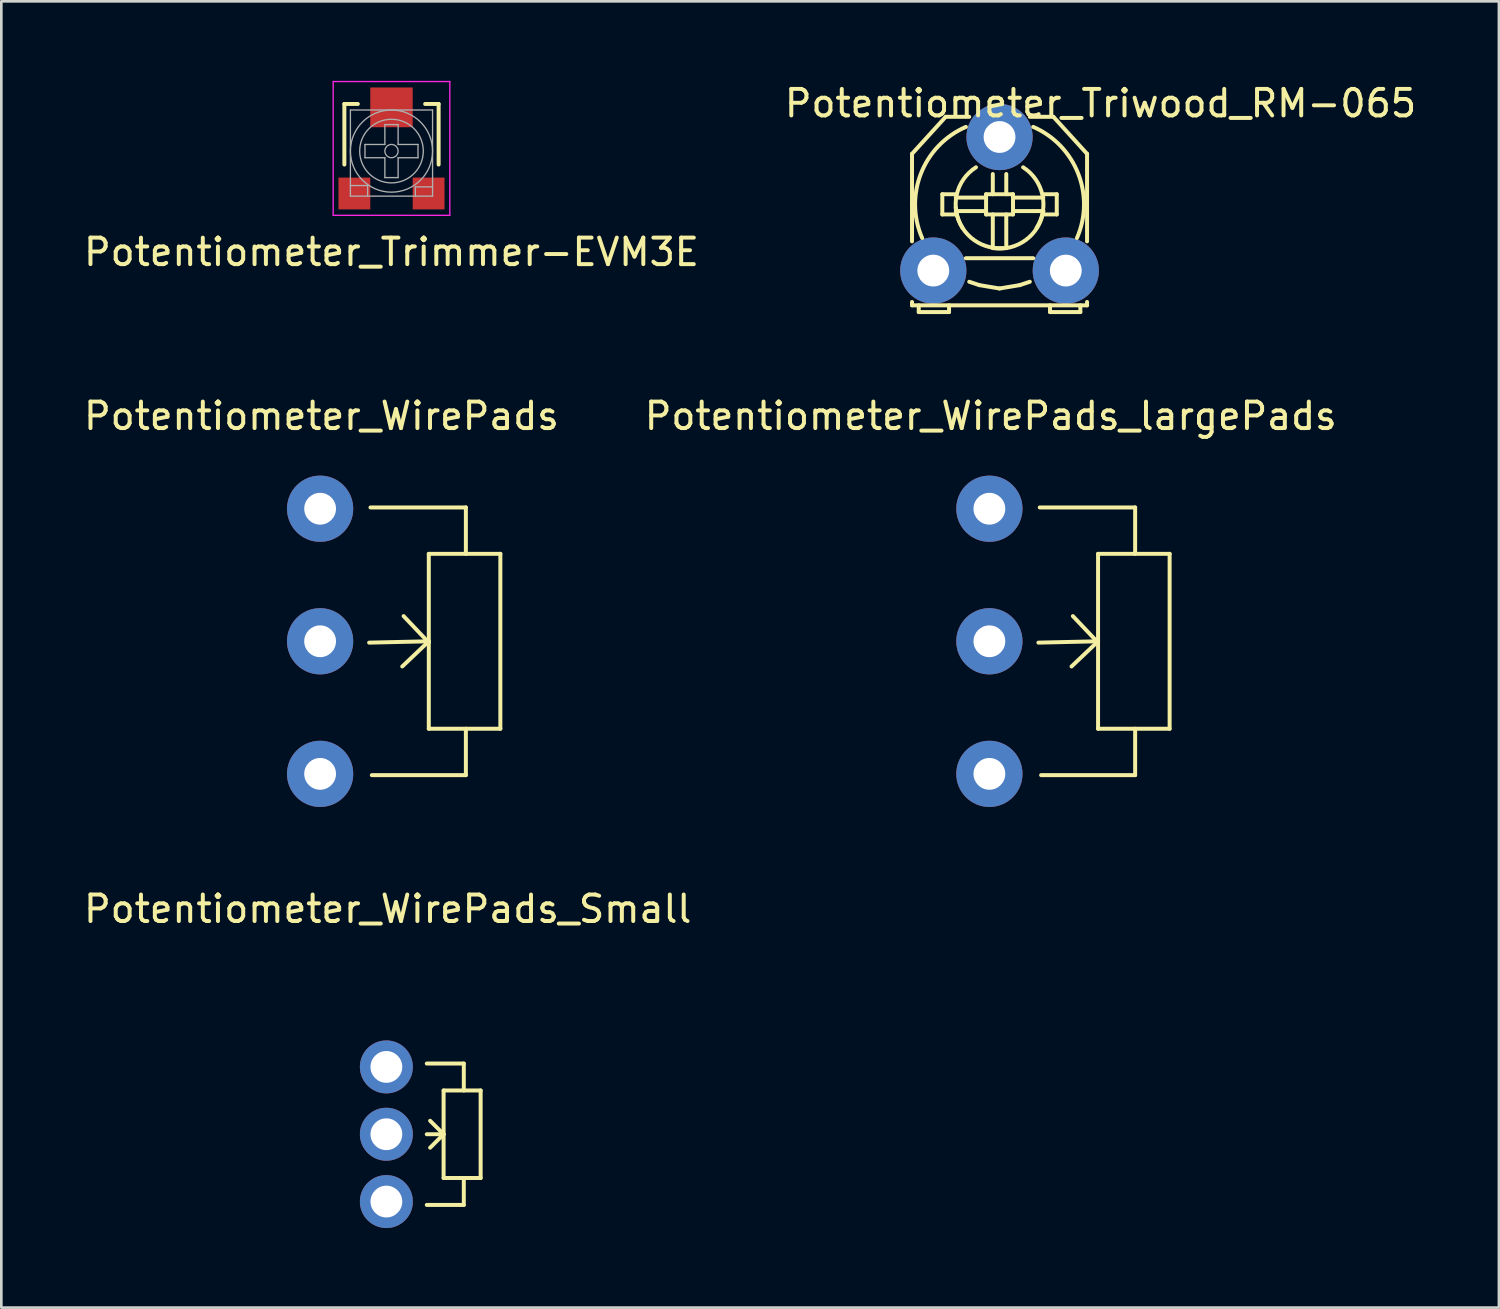
<source format=kicad_pcb>
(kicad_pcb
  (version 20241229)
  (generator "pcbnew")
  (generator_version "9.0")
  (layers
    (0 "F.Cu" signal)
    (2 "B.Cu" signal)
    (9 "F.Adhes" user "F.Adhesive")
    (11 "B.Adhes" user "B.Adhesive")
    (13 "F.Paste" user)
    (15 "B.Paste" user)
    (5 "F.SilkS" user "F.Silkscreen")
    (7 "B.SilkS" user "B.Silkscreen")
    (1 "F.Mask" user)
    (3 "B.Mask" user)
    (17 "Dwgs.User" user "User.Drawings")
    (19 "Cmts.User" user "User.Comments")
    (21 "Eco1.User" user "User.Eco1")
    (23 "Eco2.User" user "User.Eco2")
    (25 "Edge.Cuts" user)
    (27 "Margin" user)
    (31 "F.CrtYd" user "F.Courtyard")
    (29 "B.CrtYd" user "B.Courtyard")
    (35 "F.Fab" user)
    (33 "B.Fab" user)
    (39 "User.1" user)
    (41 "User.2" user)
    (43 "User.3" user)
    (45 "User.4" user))
  (footprint "Potentiometer_WirePads_Small"
    (layer "F.Cu")
    (at 11.527 37.202)
    (property "Reference" "Potentiometer_WirePads_Small" (at 0.051 -5.959 0) (layer "F.SilkS") (effects (font (size 1 1) (thickness 0.15))))
    (attr through_hole)
    (fp_line (start 2.159 0.889) (end 3.556 0.889) (stroke (width 0.15) (type solid)) (layer "F.SilkS"))
    (fp_line (start 2.159 2.54) (end 1.524 2.54) (stroke (width 0.15) (type solid)) (layer "F.SilkS"))
    (fp_line (start 2.159 2.54) (end 1.651 2.032) (stroke (width 0.15) (type solid)) (layer "F.SilkS"))
    (fp_line (start 2.159 2.54) (end 1.651 3.048) (stroke (width 0.15) (type solid)) (layer "F.SilkS"))
    (fp_line (start 2.159 4.191) (end 2.159 0.889) (stroke (width 0.15) (type solid)) (layer "F.SilkS"))
    (fp_line (start 2.921 -0.127) (end 1.524 -0.127) (stroke (width 0.15) (type solid)) (layer "F.SilkS"))
    (fp_line (start 2.921 0.889) (end 2.921 -0.127) (stroke (width 0.15) (type solid)) (layer "F.SilkS"))
    (fp_line (start 2.921 4.191) (end 2.921 5.207) (stroke (width 0.15) (type solid)) (layer "F.SilkS"))
    (fp_line (start 2.921 5.207) (end 1.524 5.207) (stroke (width 0.15) (type solid)) (layer "F.SilkS"))
    (fp_line (start 3.556 0.889) (end 3.556 4.191) (stroke (width 0.15) (type solid)) (layer "F.SilkS"))
    (fp_line (start 3.556 4.191) (end 2.159 4.191) (stroke (width 0.15) (type solid)) (layer "F.SilkS"))
    (pad "1" thru_hole circle (at 0 0) (size 1.999 1.999) (drill 1.199) (layers "*.Cu" "*.Mask"))
    (pad "2" thru_hole circle (at 0 2.54) (size 1.999 1.999) (drill 1.199) (layers "*.Cu" "*.Mask"))
    (pad "3" thru_hole circle (at 0 5.08) (size 1.999 1.999) (drill 1.199) (layers "*.Cu" "*.Mask")))
  (footprint "Potentiometer_WirePads_largePads"
    (layer "F.Cu")
    (at 34.277 16.143)
    (property "Reference" "Potentiometer_WirePads_largePads" (at 0.051 -3.498 0) (layer "F.SilkS") (effects (font (size 1 1) (thickness 0.15))))
    (attr through_hole)
    (fp_line (start 4.1 1.702) (end 6.8 1.702) (stroke (width 0.15) (type solid)) (layer "F.SilkS"))
    (fp_line (start 4.1 5.001) (end 1.849 5.052) (stroke (width 0.15) (type solid)) (layer "F.SilkS"))
    (fp_line (start 4.1 5.001) (end 3.099 5.951) (stroke (width 0.15) (type solid)) (layer "F.SilkS"))
    (fp_line (start 4.1 5.052) (end 3.15 4.051) (stroke (width 0.15) (type solid)) (layer "F.SilkS"))
    (fp_line (start 4.1 8.301) (end 4.1 1.702) (stroke (width 0.15) (type solid)) (layer "F.SilkS"))
    (fp_line (start 5.499 -0.048) (end 1.9 -0.048) (stroke (width 0.15) (type solid)) (layer "F.SilkS"))
    (fp_line (start 5.499 1.702) (end 5.499 -0.048) (stroke (width 0.15) (type solid)) (layer "F.SilkS"))
    (fp_line (start 5.499 8.301) (end 5.499 10.051) (stroke (width 0.15) (type solid)) (layer "F.SilkS"))
    (fp_line (start 5.499 10.051) (end 1.951 10.051) (stroke (width 0.15) (type solid)) (layer "F.SilkS"))
    (fp_line (start 6.8 1.702) (end 6.8 8.301) (stroke (width 0.15) (type solid)) (layer "F.SilkS"))
    (fp_line (start 6.8 8.301) (end 4.1 8.301) (stroke (width 0.15) (type solid)) (layer "F.SilkS"))
    (pad "1" thru_hole circle (at 0 0) (size 2.499 2.499) (drill 1.199) (layers "*.Cu" "*.Mask"))
    (pad "2" thru_hole circle (at 0 5.001) (size 2.499 2.499) (drill 1.199) (layers "*.Cu" "*.Mask"))
    (pad "3" thru_hole circle (at 0 10.003) (size 2.499 2.499) (drill 1.199) (layers "*.Cu" "*.Mask")))
  (footprint "Potentiometer_Triwood_RM-065"
    (layer "F.Cu")
    (at 32.161 7.158)
    (property "Reference" "Potentiometer_Triwood_RM-065" (at 6.309 -6.309 0) (layer "F.SilkS") (effects (font (size 1 1) (thickness 0.15))))
    (attr through_hole)
    (fp_line (start -0.803 -4.404) (end -0.803 -2.499) (stroke (width 0.15) (type solid)) (layer "F.SilkS"))
    (fp_line (start -0.803 -2.499) (end -0.803 -1.102) (stroke (width 0.15) (type solid)) (layer "F.SilkS"))
    (fp_line (start -0.803 1.311) (end -0.803 1.184) (stroke (width 0.15) (type solid)) (layer "F.SilkS"))
    (fp_line (start -0.803 1.311) (end 5.801 1.311) (stroke (width 0.15) (type solid)) (layer "F.SilkS"))
    (fp_line (start -0.549 1.311) (end -0.549 1.565) (stroke (width 0.15) (type solid)) (layer "F.SilkS"))
    (fp_line (start -0.549 1.565) (end 0.594 1.565) (stroke (width 0.15) (type solid)) (layer "F.SilkS"))
    (fp_line (start 0.34 -2.88) (end 0.34 -2.118) (stroke (width 0.15) (type solid)) (layer "F.SilkS"))
    (fp_line (start 0.34 -2.118) (end 0.848 -2.118) (stroke (width 0.15) (type solid)) (layer "F.SilkS"))
    (fp_line (start 0.467 -5.801) (end -0.803 -4.404) (stroke (width 0.15) (type solid)) (layer "F.SilkS"))
    (fp_line (start 0.594 1.565) (end 0.594 1.311) (stroke (width 0.15) (type solid)) (layer "F.SilkS"))
    (fp_line (start 0.848 -2.88) (end 0.34 -2.88) (stroke (width 0.15) (type solid)) (layer "F.SilkS"))
    (fp_line (start 1.229 -0.467) (end 3.769 -0.467) (stroke (width 0.15) (type solid)) (layer "F.SilkS"))
    (fp_line (start 1.356 -5.801) (end 0.467 -5.801) (stroke (width 0.15) (type solid)) (layer "F.SilkS"))
    (fp_line (start 1.356 0.422) (end 1.737 0.549) (stroke (width 0.15) (type solid)) (layer "F.SilkS"))
    (fp_line (start 1.737 0.549) (end 2.499 0.676) (stroke (width 0.15) (type solid)) (layer "F.SilkS"))
    (fp_line (start 1.991 -2.88) (end 1.991 -2.118) (stroke (width 0.15) (type solid)) (layer "F.SilkS"))
    (fp_line (start 1.991 -2.753) (end 0.848 -2.753) (stroke (width 0.15) (type solid)) (layer "F.SilkS"))
    (fp_line (start 1.991 -2.245) (end 0.848 -2.245) (stroke (width 0.15) (type solid)) (layer "F.SilkS"))
    (fp_line (start 1.991 -2.118) (end 3.007 -2.118) (stroke (width 0.15) (type solid)) (layer "F.SilkS"))
    (fp_line (start 2.245 -2.88) (end 2.245 -3.642) (stroke (width 0.15) (type solid)) (layer "F.SilkS"))
    (fp_line (start 2.245 -2.118) (end 2.245 -0.848) (stroke (width 0.15) (type solid)) (layer "F.SilkS"))
    (fp_line (start 2.499 0.676) (end 3.261 0.549) (stroke (width 0.15) (type solid)) (layer "F.SilkS"))
    (fp_line (start 2.753 -2.88) (end 2.753 -3.642) (stroke (width 0.15) (type solid)) (layer "F.SilkS"))
    (fp_line (start 2.753 -2.118) (end 2.753 -0.848) (stroke (width 0.15) (type solid)) (layer "F.SilkS"))
    (fp_line (start 3.007 -2.88) (end 1.991 -2.88) (stroke (width 0.15) (type solid)) (layer "F.SilkS"))
    (fp_line (start 3.007 -2.753) (end 4.15 -2.753) (stroke (width 0.15) (type solid)) (layer "F.SilkS"))
    (fp_line (start 3.007 -2.245) (end 4.15 -2.245) (stroke (width 0.15) (type solid)) (layer "F.SilkS"))
    (fp_line (start 3.007 -2.118) (end 3.007 -2.88) (stroke (width 0.15) (type solid)) (layer "F.SilkS"))
    (fp_line (start 3.261 0.549) (end 3.642 0.422) (stroke (width 0.15) (type solid)) (layer "F.SilkS"))
    (fp_line (start 4.15 -2.88) (end 4.658 -2.88) (stroke (width 0.15) (type solid)) (layer "F.SilkS"))
    (fp_line (start 4.404 1.565) (end 4.404 1.311) (stroke (width 0.15) (type solid)) (layer "F.SilkS"))
    (fp_line (start 4.531 -5.801) (end 3.642 -5.801) (stroke (width 0.15) (type solid)) (layer "F.SilkS"))
    (fp_line (start 4.531 -5.801) (end 5.801 -4.404) (stroke (width 0.15) (type solid)) (layer "F.SilkS"))
    (fp_line (start 4.658 -2.88) (end 4.658 -2.118) (stroke (width 0.15) (type solid)) (layer "F.SilkS"))
    (fp_line (start 4.658 -2.118) (end 4.15 -2.118) (stroke (width 0.15) (type solid)) (layer "F.SilkS"))
    (fp_line (start 5.547 1.311) (end 5.547 1.565) (stroke (width 0.15) (type solid)) (layer "F.SilkS"))
    (fp_line (start 5.547 1.565) (end 4.404 1.565) (stroke (width 0.15) (type solid)) (layer "F.SilkS"))
    (fp_line (start 5.801 -4.404) (end 5.801 -2.499) (stroke (width 0.15) (type solid)) (layer "F.SilkS"))
    (fp_line (start 5.801 -2.499) (end 5.801 -1.102) (stroke (width 0.15) (type solid)) (layer "F.SilkS"))
    (fp_line (start 5.801 1.311) (end 5.801 1.184) (stroke (width 0.15) (type solid)) (layer "F.SilkS"))
    (fp_arc (start -0.42164 -1.22936) (mid -0.464125 -3.666793) (end 1.22936 -5.42036) (stroke (width 0.15) (type solid)) (layer "F.SilkS"))
    (fp_arc (start 1.10236 -1.61036) (mid 0.882914 -2.85857) (end 1.61036 -3.89636) (stroke (width 0.15) (type solid)) (layer "F.SilkS"))
    (fp_arc (start 2.62636 -0.84836) (mid 1.421729 -1.242124) (end 0.84836 -2.37236) (stroke (width 0.15) (type solid)) (layer "F.SilkS"))
    (fp_arc (start 3.38836 -3.89636) (mid 4.115806 -2.85857) (end 3.89636 -1.61036) (stroke (width 0.15) (type solid)) (layer "F.SilkS"))
    (fp_arc (start 3.76936 -5.42036) (mid 5.462845 -3.666793) (end 5.42036 -1.22936) (stroke (width 0.15) (type solid)) (layer "F.SilkS"))
    (fp_arc (start 4.15036 -2.24536) (mid 3.487188 -1.152322) (end 2.24536 -0.84836) (stroke (width 0.15) (type solid)) (layer "F.SilkS"))
    (pad "1" thru_hole circle (at 0 0) (size 2.499 2.499) (drill 1.199) (layers "*.Cu" "*.Mask"))
    (pad "2" thru_hole circle (at 2.499 -5.039) (size 2.499 2.499) (drill 1.199) (layers "*.Cu" "*.Mask"))
    (pad "3" thru_hole circle (at 4.999 0) (size 2.499 2.499) (drill 1.199) (layers "*.Cu" "*.Mask")))
  (footprint "Potentiometer_Trimmer-EVM3E"
    (layer "F.Cu")
    (at 11.72 2.625)
    (property "Reference" "Potentiometer_Trimmer-EVM3E" (at 0 3.835 0) (layer "F.SilkS") (effects (font (size 1 1) (thickness 0.15))))
    (attr smd)
    (fp_line (start -1.778 -1.753) (end -1.27 -1.753) (stroke (width 0.15) (type solid)) (layer "F.SilkS"))
    (fp_line (start -1.778 0.533) (end -1.778 -1.753) (stroke (width 0.15) (type solid)) (layer "F.SilkS"))
    (fp_line (start 1.27 -1.753) (end 1.778 -1.753) (stroke (width 0.15) (type solid)) (layer "F.SilkS"))
    (fp_line (start 1.778 -1.753) (end 1.778 0.533) (stroke (width 0.15) (type solid)) (layer "F.SilkS"))
    (fp_line (start -2.2 -2.6) (end 2.2 -2.6) (stroke (width 0.05) (type solid)) (layer "F.CrtYd"))
    (fp_line (start -2.2 2.45) (end -2.2 -2.6) (stroke (width 0.05) (type solid)) (layer "F.CrtYd"))
    (fp_line (start 2.2 -2.6) (end 2.2 2.45) (stroke (width 0.05) (type solid)) (layer "F.CrtYd"))
    (fp_line (start 2.2 2.45) (end -2.2 2.45) (stroke (width 0.05) (type solid)) (layer "F.CrtYd"))
    (fp_line (start -1.55 -1.525) (end 1.55 -1.525) (stroke (width 0.05) (type solid)) (layer "F.Fab"))
    (fp_line (start -1.55 1.325) (end -0.9 1.325) (stroke (width 0.05) (type solid)) (layer "F.Fab"))
    (fp_line (start -1.55 1.725) (end -1.55 -1.525) (stroke (width 0.05) (type solid)) (layer "F.Fab"))
    (fp_line (start -1 -0.225) (end -0.25 -0.225) (stroke (width 0.05) (type solid)) (layer "F.Fab"))
    (fp_line (start -1 0.275) (end -1 -0.225) (stroke (width 0.05) (type solid)) (layer "F.Fab"))
    (fp_line (start -0.9 1.325) (end -0.9 1.725) (stroke (width 0.05) (type solid)) (layer "F.Fab"))
    (fp_line (start -0.25 -0.975) (end 0.25 -0.975) (stroke (width 0.05) (type solid)) (layer "F.Fab"))
    (fp_line (start -0.25 -0.225) (end -0.25 -0.975) (stroke (width 0.05) (type solid)) (layer "F.Fab"))
    (fp_line (start -0.25 0.275) (end -1 0.275) (stroke (width 0.05) (type solid)) (layer "F.Fab"))
    (fp_line (start -0.25 1.025) (end -0.25 0.275) (stroke (width 0.05) (type solid)) (layer "F.Fab"))
    (fp_line (start 0.25 -0.975) (end 0.25 -0.225) (stroke (width 0.05) (type solid)) (layer "F.Fab"))
    (fp_line (start 0.25 -0.225) (end 1 -0.225) (stroke (width 0.05) (type solid)) (layer "F.Fab"))
    (fp_line (start 0.25 0.275) (end 0.25 1.025) (stroke (width 0.05) (type solid)) (layer "F.Fab"))
    (fp_line (start 0.25 1.025) (end -0.25 1.025) (stroke (width 0.05) (type solid)) (layer "F.Fab"))
    (fp_line (start 0.9 1.375) (end 0.9 1.725) (stroke (width 0.05) (type solid)) (layer "F.Fab"))
    (fp_line (start 1 -0.225) (end 1 0.275) (stroke (width 0.05) (type solid)) (layer "F.Fab"))
    (fp_line (start 1 0.275) (end 0.25 0.275) (stroke (width 0.05) (type solid)) (layer "F.Fab"))
    (fp_line (start 1.55 -1.525) (end 1.55 1.725) (stroke (width 0.05) (type solid)) (layer "F.Fab"))
    (fp_line (start 1.55 1.375) (end 0.9 1.375) (stroke (width 0.05) (type solid)) (layer "F.Fab"))
    (fp_line (start 1.55 1.725) (end -1.55 1.725) (stroke (width 0.05) (type solid)) (layer "F.Fab"))
    (fp_circle (center 0 0.025) (end 0 -1.525) (stroke (width 0.05) (type solid)) (fill no) (layer "F.Fab"))
    (fp_circle (center 0 0.025) (end 0 -1.175) (stroke (width 0.05) (type solid)) (fill no) (layer "F.Fab"))
    (fp_circle (center 0 0.025) (end 0 -0.225) (stroke (width 0.05) (type solid)) (fill no) (layer "F.Fab"))
    (pad "1" smd rect (at -1.4 1.625) (size 1.2 1.2) (layers "F.Cu" "F.Mask" "F.Paste"))
    (pad "2" smd rect (at 0 -1.625) (size 1.6 1.5) (layers "F.Cu" "F.Mask" "F.Paste"))
    (pad "3" smd rect (at 1.4 1.625) (size 1.2 1.2) (layers "F.Cu" "F.Mask" "F.Paste")))
  (footprint "Potentiometer_WirePads"
    (layer "F.Cu")
    (at 9.027 16.143)
    (property "Reference" "Potentiometer_WirePads" (at 0.051 -3.498 0) (layer "F.SilkS") (effects (font (size 1 1) (thickness 0.15))))
    (attr through_hole)
    (fp_line (start 4.1 1.702) (end 6.8 1.702) (stroke (width 0.15) (type solid)) (layer "F.SilkS"))
    (fp_line (start 4.1 5.001) (end 1.849 5.052) (stroke (width 0.15) (type solid)) (layer "F.SilkS"))
    (fp_line (start 4.1 5.001) (end 3.099 5.951) (stroke (width 0.15) (type solid)) (layer "F.SilkS"))
    (fp_line (start 4.1 5.052) (end 3.15 4.051) (stroke (width 0.15) (type solid)) (layer "F.SilkS"))
    (fp_line (start 4.1 8.301) (end 4.1 1.702) (stroke (width 0.15) (type solid)) (layer "F.SilkS"))
    (fp_line (start 5.499 -0.048) (end 1.9 -0.048) (stroke (width 0.15) (type solid)) (layer "F.SilkS"))
    (fp_line (start 5.499 1.702) (end 5.499 -0.048) (stroke (width 0.15) (type solid)) (layer "F.SilkS"))
    (fp_line (start 5.499 8.301) (end 5.499 10.051) (stroke (width 0.15) (type solid)) (layer "F.SilkS"))
    (fp_line (start 5.499 10.051) (end 1.951 10.051) (stroke (width 0.15) (type solid)) (layer "F.SilkS"))
    (fp_line (start 6.8 1.702) (end 6.8 8.301) (stroke (width 0.15) (type solid)) (layer "F.SilkS"))
    (fp_line (start 6.8 8.301) (end 4.1 8.301) (stroke (width 0.15) (type solid)) (layer "F.SilkS"))
    (pad "1" thru_hole circle (at 0 0) (size 2.499 2.499) (drill 1.199) (layers "*.Cu" "*.Mask"))
    (pad "2" thru_hole circle (at 0 5.001) (size 2.499 2.499) (drill 1.199) (layers "*.Cu" "*.Mask"))
    (pad "3" thru_hole circle (at 0 10.003) (size 2.499 2.499) (drill 1.199) (layers "*.Cu" "*.Mask")))
  (gr_rect
    (start -3 -3)
    (end 53.5 46.282)
    (stroke (width 0.1) (type default))
    (fill no)
    (layer "Edge.Cuts")))
</source>
